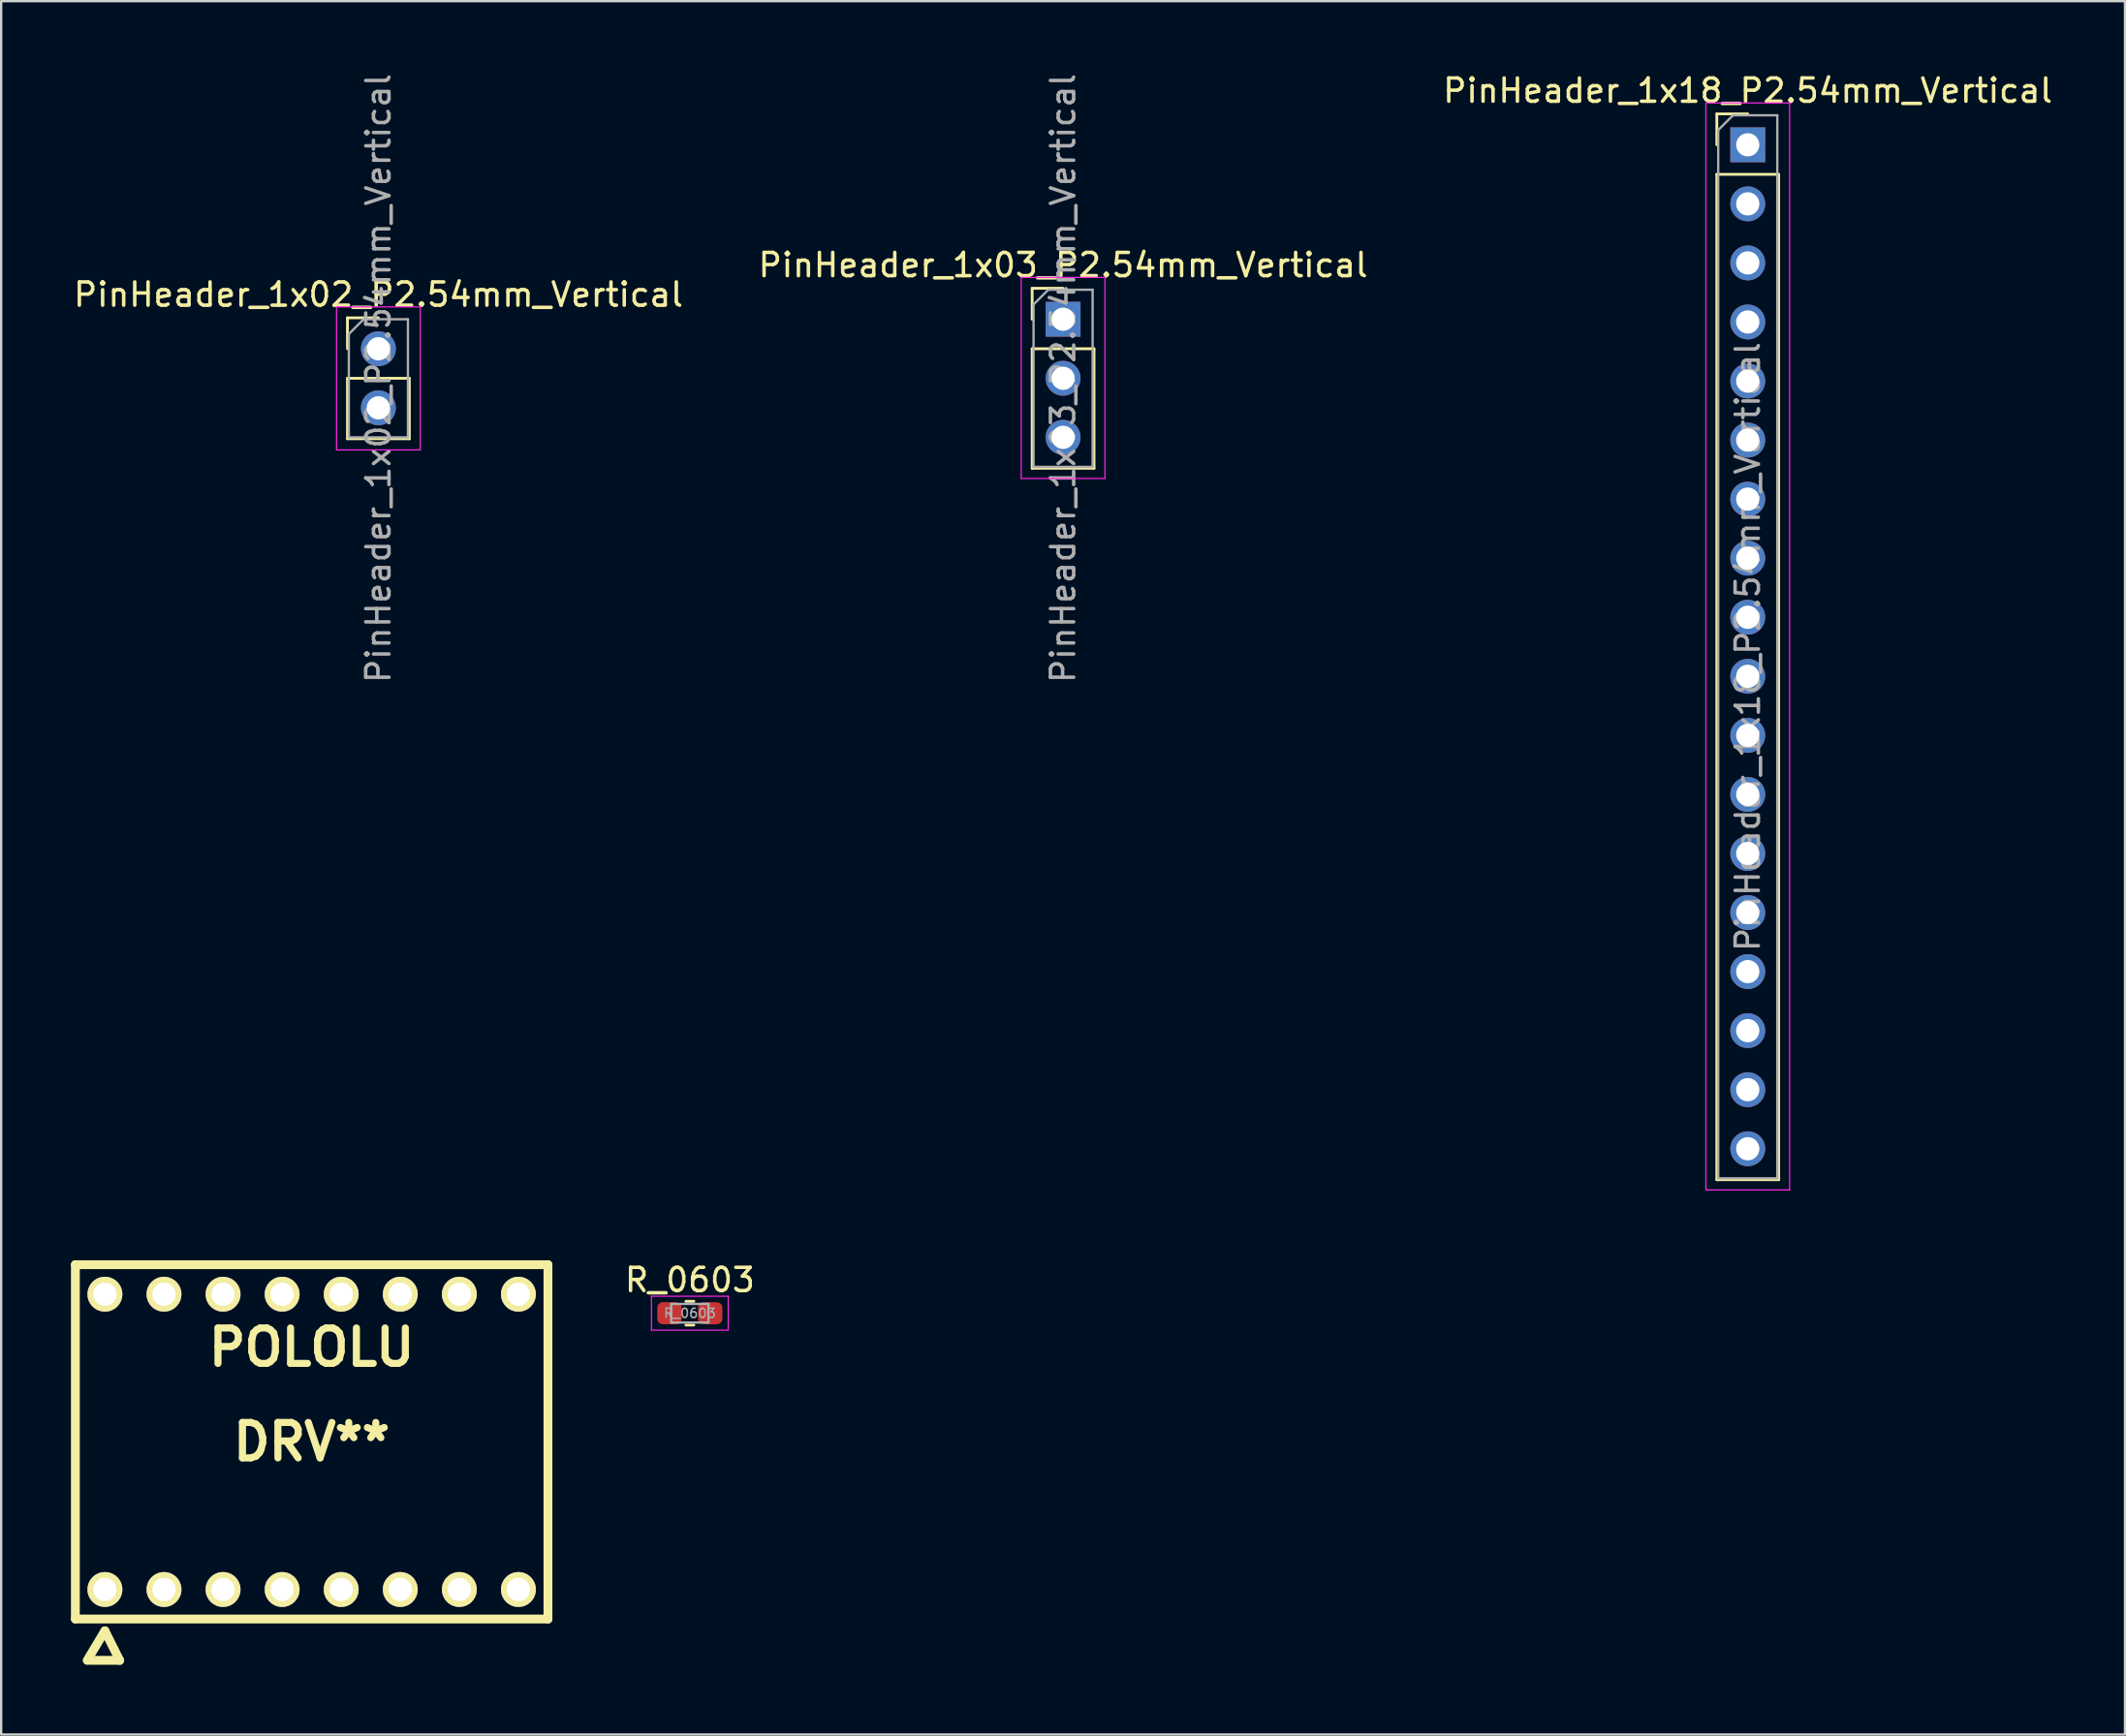
<source format=kicad_pcb>
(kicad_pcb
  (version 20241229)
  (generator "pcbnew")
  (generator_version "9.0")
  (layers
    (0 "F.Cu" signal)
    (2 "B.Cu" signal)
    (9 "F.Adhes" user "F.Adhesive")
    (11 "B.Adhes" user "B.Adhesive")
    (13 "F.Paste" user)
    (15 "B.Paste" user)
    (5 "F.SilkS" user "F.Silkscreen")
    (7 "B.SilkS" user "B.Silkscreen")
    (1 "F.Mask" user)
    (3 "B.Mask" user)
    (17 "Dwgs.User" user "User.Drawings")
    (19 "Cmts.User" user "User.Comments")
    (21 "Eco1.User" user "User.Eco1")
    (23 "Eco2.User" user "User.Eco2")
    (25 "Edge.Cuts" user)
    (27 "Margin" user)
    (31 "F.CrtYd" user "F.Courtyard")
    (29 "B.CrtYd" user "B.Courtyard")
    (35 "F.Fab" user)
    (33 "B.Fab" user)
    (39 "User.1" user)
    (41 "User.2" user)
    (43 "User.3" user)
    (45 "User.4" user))
  (footprint "PinHeader_1x03_P2.54mm_Vertical"
    (layer "F.Cu")
    (at 42.661 10.68)
    (property "Reference" "PinHeader_1x03_P2.54mm_Vertical" (at 0 -2.33 0) (layer "F.SilkS") (effects (font (size 1 1) (thickness 0.15))))
    (attr through_hole)
    (fp_line (start -1.33 -1.33) (end 0 -1.33) (stroke (width 0.12) (type solid)) (layer "F.SilkS"))
    (fp_line (start -1.33 0) (end -1.33 -1.33) (stroke (width 0.12) (type solid)) (layer "F.SilkS"))
    (fp_line (start -1.33 1.27) (end -1.33 6.41) (stroke (width 0.12) (type solid)) (layer "F.SilkS"))
    (fp_line (start -1.33 1.27) (end 1.33 1.27) (stroke (width 0.12) (type solid)) (layer "F.SilkS"))
    (fp_line (start -1.33 6.41) (end 1.33 6.41) (stroke (width 0.12) (type solid)) (layer "F.SilkS"))
    (fp_line (start 1.33 1.27) (end 1.33 6.41) (stroke (width 0.12) (type solid)) (layer "F.SilkS"))
    (fp_line (start -1.8 -1.8) (end -1.8 6.85) (stroke (width 0.05) (type solid)) (layer "F.CrtYd"))
    (fp_line (start -1.8 6.85) (end 1.8 6.85) (stroke (width 0.05) (type solid)) (layer "F.CrtYd"))
    (fp_line (start 1.8 -1.8) (end -1.8 -1.8) (stroke (width 0.05) (type solid)) (layer "F.CrtYd"))
    (fp_line (start 1.8 6.85) (end 1.8 -1.8) (stroke (width 0.05) (type solid)) (layer "F.CrtYd"))
    (fp_line (start -1.27 -0.635) (end -0.635 -1.27) (stroke (width 0.1) (type solid)) (layer "F.Fab"))
    (fp_line (start -1.27 6.35) (end -1.27 -0.635) (stroke (width 0.1) (type solid)) (layer "F.Fab"))
    (fp_line (start -0.635 -1.27) (end 1.27 -1.27) (stroke (width 0.1) (type solid)) (layer "F.Fab"))
    (fp_line (start 1.27 -1.27) (end 1.27 6.35) (stroke (width 0.1) (type solid)) (layer "F.Fab"))
    (fp_line (start 1.27 6.35) (end -1.27 6.35) (stroke (width 0.1) (type solid)) (layer "F.Fab"))
    (fp_text user "${REFERENCE}" (at 0 2.54 90) (layer "F.Fab") (effects (font (size 1 1) (thickness 0.15))))
    (pad "1" thru_hole rect (at 0 0) (size 1.5 1.5) (drill 1) (layers "*.Cu" "*.Mask"))
    (pad "2" thru_hole circle (at 0 2.54) (size 1.5 1.5) (drill 1) (layers "*.Cu" "*.Mask"))
    (pad "3" thru_hole circle (at 0 5.08) (size 1.5 1.5) (drill 1) (layers "*.Cu" "*.Mask")))
  (footprint "R_0603"
    (layer "F.Cu")
    (at 26.612 53.431)
    (property "Reference" "R_0603" (at 0 -1.43 0) (layer "F.SilkS") (effects (font (size 1 1) (thickness 0.15))))
    (attr smd)
    (fp_line (start -0.171 -0.51) (end 0.171 -0.51) (stroke (width 0.12) (type solid)) (layer "F.SilkS"))
    (fp_line (start -0.171 0.51) (end 0.171 0.51) (stroke (width 0.12) (type solid)) (layer "F.SilkS"))
    (fp_line (start -1.65 -0.73) (end 1.65 -0.73) (stroke (width 0.05) (type solid)) (layer "F.CrtYd"))
    (fp_line (start -1.65 0.73) (end -1.65 -0.73) (stroke (width 0.05) (type solid)) (layer "F.CrtYd"))
    (fp_line (start 1.65 -0.73) (end 1.65 0.73) (stroke (width 0.05) (type solid)) (layer "F.CrtYd"))
    (fp_line (start 1.65 0.73) (end -1.65 0.73) (stroke (width 0.05) (type solid)) (layer "F.CrtYd"))
    (fp_line (start -0.8 -0.4) (end 0.8 -0.4) (stroke (width 0.1) (type solid)) (layer "F.Fab"))
    (fp_line (start -0.8 0.4) (end -0.8 -0.4) (stroke (width 0.1) (type solid)) (layer "F.Fab"))
    (fp_line (start 0.8 -0.4) (end 0.8 0.4) (stroke (width 0.1) (type solid)) (layer "F.Fab"))
    (fp_line (start 0.8 0.4) (end -0.8 0.4) (stroke (width 0.1) (type solid)) (layer "F.Fab"))
    (fp_text user "${REFERENCE}" (at 0 0 0) (layer "F.Fab") (effects (font (size 0.4 0.4) (thickness 0.06))))
    (pad "1" smd roundrect (at -0.875 0) (size 1.05 0.95) (layers "F.Cu" "F.Mask" "F.Paste") (roundrect_rratio 0.25))
    (pad "2" smd roundrect (at 0.875 0) (size 1.05 0.95) (layers "F.Cu" "F.Mask" "F.Paste") (roundrect_rratio 0.25)))
  (footprint "POLOLU"
    (layer "F.Cu")
    (at 10.351 58.964)
    (property "Reference" "POLOLU" (at 0 -4.064 0) (layer "F.SilkS") (effects (font (size 1.524 1.524) (thickness 0.305))))
    (attr through_hole)
    (fp_line (start -10.16 -7.62) (end 10.16 -7.62) (stroke (width 0.381) (type solid)) (layer "F.SilkS"))
    (fp_line (start -10.16 7.62) (end -10.16 -7.62) (stroke (width 0.381) (type solid)) (layer "F.SilkS"))
    (fp_line (start -9.652 9.398) (end -8.89 8.128) (stroke (width 0.381) (type solid)) (layer "F.SilkS"))
    (fp_line (start -8.89 8.128) (end -8.255 9.398) (stroke (width 0.381) (type solid)) (layer "F.SilkS"))
    (fp_line (start -8.255 9.398) (end -9.525 9.398) (stroke (width 0.381) (type solid)) (layer "F.SilkS"))
    (fp_line (start 10.16 -7.62) (end 10.16 7.62) (stroke (width 0.381) (type solid)) (layer "F.SilkS"))
    (fp_line (start 10.16 7.62) (end -10.16 7.62) (stroke (width 0.381) (type solid)) (layer "F.SilkS"))
    (fp_text user "DRV**" (at 0 0 0) (layer "F.SilkS") (effects (font (size 1.524 1.524) (thickness 0.305))))
    (pad "1" thru_hole circle (at -8.89 6.35) (size 1.5 1.5) (drill 1) (layers "*.Cu" "*.Mask" "F.SilkS"))
    (pad "2" thru_hole circle (at -6.35 6.35) (size 1.5 1.5) (drill 1) (layers "*.Cu" "*.Mask" "F.SilkS"))
    (pad "3" thru_hole circle (at -3.81 6.35) (size 1.5 1.5) (drill 1) (layers "*.Cu" "*.Mask" "F.SilkS"))
    (pad "4" thru_hole circle (at -1.27 6.35) (size 1.5 1.5) (drill 1) (layers "*.Cu" "*.Mask" "F.SilkS"))
    (pad "5" thru_hole circle (at 1.27 6.35) (size 1.5 1.5) (drill 1) (layers "*.Cu" "*.Mask" "F.SilkS"))
    (pad "6" thru_hole circle (at 3.81 6.35) (size 1.5 1.5) (drill 1) (layers "*.Cu" "*.Mask" "F.SilkS"))
    (pad "7" thru_hole circle (at 6.35 6.35) (size 1.5 1.5) (drill 1) (layers "*.Cu" "*.Mask" "F.SilkS"))
    (pad "8" thru_hole circle (at 8.89 6.35) (size 1.5 1.5) (drill 1) (layers "*.Cu" "*.Mask" "F.SilkS"))
    (pad "9" thru_hole circle (at 8.89 -6.35) (size 1.5 1.5) (drill 1) (layers "*.Cu" "*.Mask" "F.SilkS"))
    (pad "10" thru_hole circle (at 6.35 -6.35) (size 1.5 1.5) (drill 1) (layers "*.Cu" "*.Mask" "F.SilkS"))
    (pad "11" thru_hole circle (at 3.81 -6.35) (size 1.5 1.5) (drill 1) (layers "*.Cu" "*.Mask" "F.SilkS"))
    (pad "12" thru_hole circle (at 1.27 -6.35) (size 1.5 1.5) (drill 1) (layers "*.Cu" "*.Mask" "F.SilkS"))
    (pad "13" thru_hole circle (at -1.27 -6.35) (size 1.5 1.5) (drill 1) (layers "*.Cu" "*.Mask" "F.SilkS"))
    (pad "14" thru_hole circle (at -3.81 -6.35) (size 1.5 1.5) (drill 1) (layers "*.Cu" "*.Mask" "F.SilkS"))
    (pad "15" thru_hole circle (at -6.35 -6.35) (size 1.5 1.5) (drill 1) (layers "*.Cu" "*.Mask" "F.SilkS"))
    (pad "16" thru_hole circle (at -8.89 -6.35) (size 1.5 1.5) (drill 1) (layers "*.Cu" "*.Mask" "F.SilkS")))
  (footprint "PinHeader_1x18_P2.54mm_Vertical"
    (layer "F.Cu")
    (at 72.101 3.178)
    (property "Reference" "PinHeader_1x18_P2.54mm_Vertical" (at 0 -2.33 0) (layer "F.SilkS") (effects (font (size 1 1) (thickness 0.15))))
    (attr through_hole)
    (fp_line (start -1.33 -1.33) (end 0 -1.33) (stroke (width 0.12) (type solid)) (layer "F.SilkS"))
    (fp_line (start -1.33 0) (end -1.33 -1.33) (stroke (width 0.12) (type solid)) (layer "F.SilkS"))
    (fp_line (start -1.33 1.27) (end -1.33 44.51) (stroke (width 0.12) (type solid)) (layer "F.SilkS"))
    (fp_line (start -1.33 1.27) (end 1.33 1.27) (stroke (width 0.12) (type solid)) (layer "F.SilkS"))
    (fp_line (start -1.33 44.51) (end 1.33 44.51) (stroke (width 0.12) (type solid)) (layer "F.SilkS"))
    (fp_line (start 1.33 1.27) (end 1.33 44.51) (stroke (width 0.12) (type solid)) (layer "F.SilkS"))
    (fp_line (start -1.8 -1.8) (end -1.8 44.95) (stroke (width 0.05) (type solid)) (layer "F.CrtYd"))
    (fp_line (start -1.8 44.95) (end 1.8 44.95) (stroke (width 0.05) (type solid)) (layer "F.CrtYd"))
    (fp_line (start 1.8 -1.8) (end -1.8 -1.8) (stroke (width 0.05) (type solid)) (layer "F.CrtYd"))
    (fp_line (start 1.8 44.95) (end 1.8 -1.8) (stroke (width 0.05) (type solid)) (layer "F.CrtYd"))
    (fp_line (start -1.27 -0.635) (end -0.635 -1.27) (stroke (width 0.1) (type solid)) (layer "F.Fab"))
    (fp_line (start -1.27 44.45) (end -1.27 -0.635) (stroke (width 0.1) (type solid)) (layer "F.Fab"))
    (fp_line (start -0.635 -1.27) (end 1.27 -1.27) (stroke (width 0.1) (type solid)) (layer "F.Fab"))
    (fp_line (start 1.27 -1.27) (end 1.27 44.45) (stroke (width 0.1) (type solid)) (layer "F.Fab"))
    (fp_line (start 1.27 44.45) (end -1.27 44.45) (stroke (width 0.1) (type solid)) (layer "F.Fab"))
    (fp_text user "${REFERENCE}" (at 0 21.59 90) (layer "F.Fab") (effects (font (size 1 1) (thickness 0.15))))
    (pad "1" thru_hole rect (at 0 0) (size 1.5 1.5) (drill 1) (layers "*.Cu" "*.Mask"))
    (pad "2" thru_hole circle (at 0 2.54) (size 1.5 1.5) (drill 1) (layers "*.Cu" "*.Mask"))
    (pad "3" thru_hole circle (at 0 5.08) (size 1.5 1.5) (drill 1) (layers "*.Cu" "*.Mask"))
    (pad "4" thru_hole circle (at 0 7.62) (size 1.5 1.5) (drill 1) (layers "*.Cu" "*.Mask"))
    (pad "5" thru_hole circle (at 0 10.16) (size 1.5 1.5) (drill 1) (layers "*.Cu" "*.Mask"))
    (pad "6" thru_hole circle (at 0 12.7) (size 1.5 1.5) (drill 1) (layers "*.Cu" "*.Mask"))
    (pad "7" thru_hole circle (at 0 15.24) (size 1.5 1.5) (drill 1) (layers "*.Cu" "*.Mask"))
    (pad "8" thru_hole circle (at 0 17.78) (size 1.5 1.5) (drill 1) (layers "*.Cu" "*.Mask"))
    (pad "9" thru_hole circle (at 0 20.32) (size 1.5 1.5) (drill 1) (layers "*.Cu" "*.Mask"))
    (pad "10" thru_hole circle (at 0 22.86) (size 1.5 1.5) (drill 1) (layers "*.Cu" "*.Mask"))
    (pad "11" thru_hole circle (at 0 25.4) (size 1.5 1.5) (drill 1) (layers "*.Cu" "*.Mask"))
    (pad "12" thru_hole circle (at 0 27.94) (size 1.5 1.5) (drill 1) (layers "*.Cu" "*.Mask"))
    (pad "13" thru_hole circle (at 0 30.48) (size 1.5 1.5) (drill 1) (layers "*.Cu" "*.Mask"))
    (pad "14" thru_hole circle (at 0 33.02) (size 1.5 1.5) (drill 1) (layers "*.Cu" "*.Mask"))
    (pad "15" thru_hole circle (at 0 35.56) (size 1.5 1.5) (drill 1) (layers "*.Cu" "*.Mask"))
    (pad "16" thru_hole circle (at 0 38.1) (size 1.5 1.5) (drill 1) (layers "*.Cu" "*.Mask"))
    (pad "17" thru_hole circle (at 0 40.64) (size 1.5 1.5) (drill 1) (layers "*.Cu" "*.Mask"))
    (pad "18" thru_hole circle (at 0 43.18) (size 1.5 1.5) (drill 1) (layers "*.Cu" "*.Mask")))
  (footprint "PinHeader_1x02_P2.54mm_Vertical"
    (layer "F.Cu")
    (at 13.22 11.95)
    (property "Reference" "PinHeader_1x02_P2.54mm_Vertical" (at 0 -2.33 0) (layer "F.SilkS") (effects (font (size 1 1) (thickness 0.15))))
    (attr through_hole)
    (fp_line (start -1.33 -1.33) (end 0 -1.33) (stroke (width 0.12) (type solid)) (layer "F.SilkS"))
    (fp_line (start -1.33 0) (end -1.33 -1.33) (stroke (width 0.12) (type solid)) (layer "F.SilkS"))
    (fp_line (start -1.33 1.27) (end -1.33 3.87) (stroke (width 0.12) (type solid)) (layer "F.SilkS"))
    (fp_line (start -1.33 1.27) (end 1.33 1.27) (stroke (width 0.12) (type solid)) (layer "F.SilkS"))
    (fp_line (start -1.33 3.87) (end 1.33 3.87) (stroke (width 0.12) (type solid)) (layer "F.SilkS"))
    (fp_line (start 1.33 1.27) (end 1.33 3.87) (stroke (width 0.12) (type solid)) (layer "F.SilkS"))
    (fp_line (start -1.8 -1.8) (end -1.8 4.35) (stroke (width 0.05) (type solid)) (layer "F.CrtYd"))
    (fp_line (start -1.8 4.35) (end 1.8 4.35) (stroke (width 0.05) (type solid)) (layer "F.CrtYd"))
    (fp_line (start 1.8 -1.8) (end -1.8 -1.8) (stroke (width 0.05) (type solid)) (layer "F.CrtYd"))
    (fp_line (start 1.8 4.35) (end 1.8 -1.8) (stroke (width 0.05) (type solid)) (layer "F.CrtYd"))
    (fp_line (start -1.27 -0.635) (end -0.635 -1.27) (stroke (width 0.1) (type solid)) (layer "F.Fab"))
    (fp_line (start -1.27 3.81) (end -1.27 -0.635) (stroke (width 0.1) (type solid)) (layer "F.Fab"))
    (fp_line (start -0.635 -1.27) (end 1.27 -1.27) (stroke (width 0.1) (type solid)) (layer "F.Fab"))
    (fp_line (start 1.27 -1.27) (end 1.27 3.81) (stroke (width 0.1) (type solid)) (layer "F.Fab"))
    (fp_line (start 1.27 3.81) (end -1.27 3.81) (stroke (width 0.1) (type solid)) (layer "F.Fab"))
    (fp_text user "${REFERENCE}" (at 0 1.27 90) (layer "F.Fab") (effects (font (size 1 1) (thickness 0.15))))
    (pad "1" thru_hole circle (at 0 0) (size 1.5 1.5) (drill 1) (layers "*.Cu" "*.Mask"))
    (pad "2" thru_hole circle (at 0 2.54) (size 1.5 1.5) (drill 1) (layers "*.Cu" "*.Mask")))
  (gr_rect
    (start -3 -3)
    (end 88.321 71.552)
    (stroke (width 0.1) (type default))
    (fill no)
    (layer "Edge.Cuts")))
</source>
